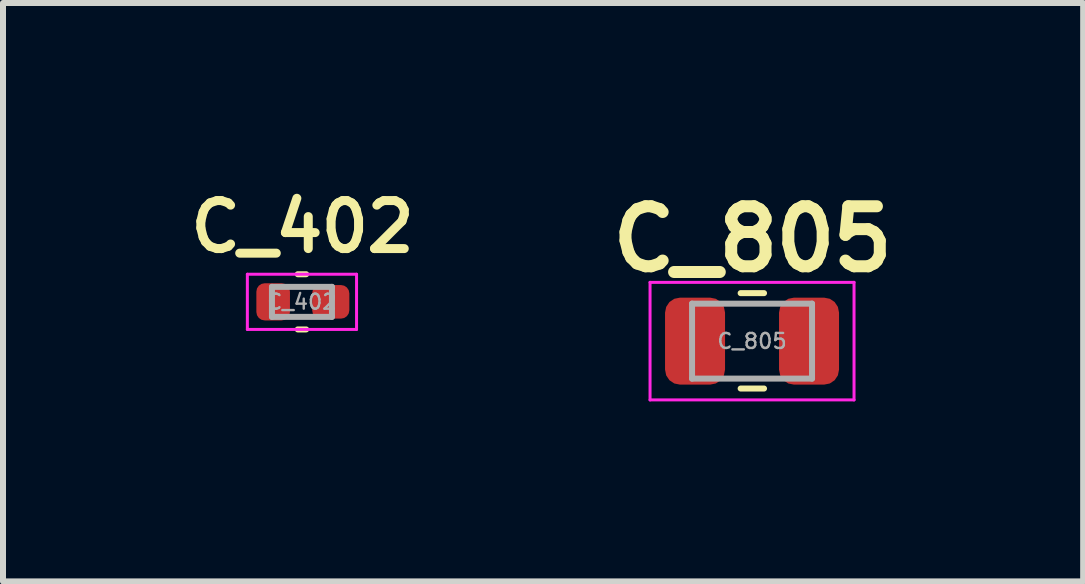
<source format=kicad_pcb>
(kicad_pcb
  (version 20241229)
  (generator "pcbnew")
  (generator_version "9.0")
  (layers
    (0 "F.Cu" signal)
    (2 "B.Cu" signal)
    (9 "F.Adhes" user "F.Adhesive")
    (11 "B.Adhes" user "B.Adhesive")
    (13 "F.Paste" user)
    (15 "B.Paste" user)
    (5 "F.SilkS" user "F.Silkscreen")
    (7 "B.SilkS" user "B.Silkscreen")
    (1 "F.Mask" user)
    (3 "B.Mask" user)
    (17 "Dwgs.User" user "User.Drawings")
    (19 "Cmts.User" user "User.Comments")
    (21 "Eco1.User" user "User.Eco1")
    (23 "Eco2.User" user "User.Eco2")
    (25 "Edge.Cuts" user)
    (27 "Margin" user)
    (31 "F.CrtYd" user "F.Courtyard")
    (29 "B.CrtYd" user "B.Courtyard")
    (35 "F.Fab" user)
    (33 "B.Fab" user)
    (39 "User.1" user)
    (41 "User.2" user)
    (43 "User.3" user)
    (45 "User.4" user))
  (footprint "C_805"
    (layer "F.Cu")
    (at 9.485 2.636)
    (property "Reference" "C_805" (at 0.01 -1.7 0) (unlocked yes) (layer "F.SilkS") (effects (font (size 1 1) (thickness 0.2))))
    (attr smd)
    (fp_line (start -0.19 -0.8) (end 0.2 -0.8) (stroke (width 0.1) (type solid)) (layer "F.SilkS"))
    (fp_line (start -0.19 0.79) (end 0.2 0.79) (stroke (width 0.1) (type solid)) (layer "F.SilkS"))
    (fp_line (start -1.7 -0.98) (end 1.7 -0.98) (stroke (width 0.05) (type solid)) (layer "F.CrtYd"))
    (fp_line (start -1.7 0.98) (end -1.7 -0.98) (stroke (width 0.05) (type solid)) (layer "F.CrtYd"))
    (fp_line (start 1.7 -0.98) (end 1.7 0.98) (stroke (width 0.05) (type solid)) (layer "F.CrtYd"))
    (fp_line (start 1.7 0.98) (end -1.7 0.98) (stroke (width 0.05) (type solid)) (layer "F.CrtYd"))
    (fp_line (start -1 -0.625) (end 1 -0.625) (stroke (width 0.1) (type solid)) (layer "F.Fab"))
    (fp_line (start -1 0.625) (end -1 -0.625) (stroke (width 0.1) (type solid)) (layer "F.Fab"))
    (fp_line (start 1 -0.625) (end 1 0.625) (stroke (width 0.1) (type solid)) (layer "F.Fab"))
    (fp_line (start 1 0.625) (end -1 0.625) (stroke (width 0.1) (type solid)) (layer "F.Fab"))
    (fp_text user "${REFERENCE}" (at 0 0 0) (layer "F.Fab") (effects (font (size 0.25 0.25) (thickness 0.04))))
    (pad "1" smd roundrect (at -0.95 0) (size 1 1.45) (layers "F.Cu" "F.Mask" "F.Paste") (roundrect_rratio 0.25))
    (pad "2" smd roundrect (at 0.95 0) (size 1 1.45) (layers "F.Cu" "F.Mask" "F.Paste") (roundrect_rratio 0.25)))
  (footprint "C_402"
    (layer "F.Cu")
    (at 1.983 1.981)
    (property "Reference" "C_402" (at 0.01 -1.25 0) (unlocked yes) (layer "F.SilkS") (effects (font (size 0.8 0.8) (thickness 0.15))))
    (attr smd)
    (fp_line (start -0.07 -0.46) (end 0.07 -0.46) (stroke (width 0.1) (type solid)) (layer "F.SilkS"))
    (fp_line (start -0.07 0.46) (end 0.07 0.46) (stroke (width 0.1) (type solid)) (layer "F.SilkS"))
    (fp_line (start -0.91 -0.46) (end 0.91 -0.46) (stroke (width 0.05) (type solid)) (layer "F.CrtYd"))
    (fp_line (start -0.91 0.46) (end -0.91 -0.46) (stroke (width 0.05) (type solid)) (layer "F.CrtYd"))
    (fp_line (start 0.91 -0.46) (end 0.91 0.46) (stroke (width 0.05) (type solid)) (layer "F.CrtYd"))
    (fp_line (start 0.91 0.46) (end -0.91 0.46) (stroke (width 0.05) (type solid)) (layer "F.CrtYd"))
    (fp_line (start -0.5 -0.25) (end 0.5 -0.25) (stroke (width 0.1) (type solid)) (layer "F.Fab"))
    (fp_line (start -0.5 0.25) (end -0.5 -0.25) (stroke (width 0.1) (type solid)) (layer "F.Fab"))
    (fp_line (start 0.5 -0.25) (end 0.5 0.25) (stroke (width 0.1) (type solid)) (layer "F.Fab"))
    (fp_line (start 0.5 0.25) (end -0.5 0.25) (stroke (width 0.1) (type solid)) (layer "F.Fab"))
    (fp_text user "${REFERENCE}" (at 0 0 0) (layer "F.Fab") (effects (font (size 0.25 0.25) (thickness 0.04))))
    (pad "1" smd roundrect (at -0.48 0) (size 0.56 0.62) (layers "F.Cu" "F.Mask" "F.Paste") (roundrect_rratio 0.25))
    (pad "2" smd roundrect (at 0.48 0 90) (size 0.56 0.62) (layers "F.Cu" "F.Mask" "F.Paste") (roundrect_rratio 0.25)))
  (gr_rect
    (start -3 -3)
    (end 15.004 6.641)
    (stroke (width 0.1) (type default))
    (fill no)
    (layer "Edge.Cuts")))
</source>
